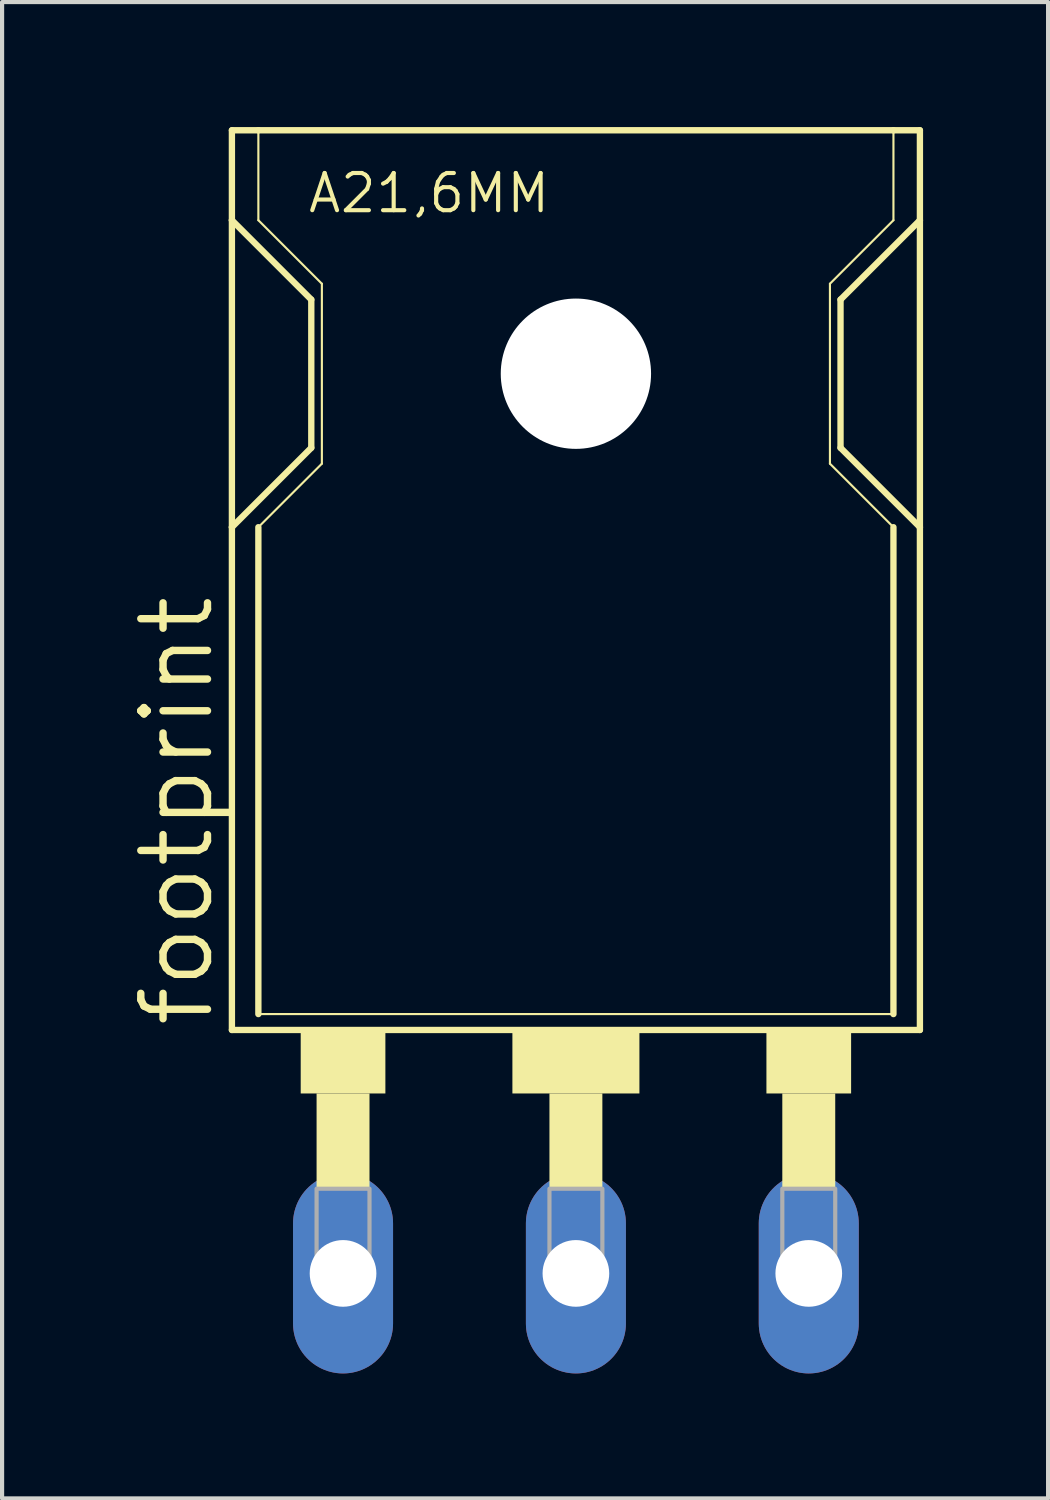
<source format=kicad_pcb>
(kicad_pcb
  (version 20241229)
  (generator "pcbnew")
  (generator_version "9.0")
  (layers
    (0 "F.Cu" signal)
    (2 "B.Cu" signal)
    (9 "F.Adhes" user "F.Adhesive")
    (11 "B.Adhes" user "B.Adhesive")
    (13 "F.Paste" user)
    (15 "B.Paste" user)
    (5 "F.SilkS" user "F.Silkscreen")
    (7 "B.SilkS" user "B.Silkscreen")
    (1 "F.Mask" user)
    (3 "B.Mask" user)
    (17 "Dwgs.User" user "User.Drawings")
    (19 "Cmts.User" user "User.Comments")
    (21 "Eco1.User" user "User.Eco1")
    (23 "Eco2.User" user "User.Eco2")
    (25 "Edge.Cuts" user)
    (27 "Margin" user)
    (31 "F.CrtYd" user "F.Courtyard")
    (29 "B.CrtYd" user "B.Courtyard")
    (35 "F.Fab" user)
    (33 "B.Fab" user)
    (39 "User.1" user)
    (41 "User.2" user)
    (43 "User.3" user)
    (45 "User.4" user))
  (footprint "footprint"
    (layer "F.Cu")
    (at 10.77 19.888)
    (property "Reference" "footprint" (at -8.636 1.778 90) (layer "F.SilkS") (effects (font (size 1.6 1.6) (thickness 0.178)) (justify left bottom)))
    (fp_line (start -8.255 -17.653) (end -8.255 -19.812) (stroke (width 0.152) (type solid)) (layer "F.SilkS"))
    (fp_line (start -8.255 -17.653) (end -6.35 -15.748) (stroke (width 0.152) (type solid)) (layer "F.SilkS"))
    (fp_line (start -8.255 -10.287) (end -8.255 -17.653) (stroke (width 0.152) (type solid)) (layer "F.SilkS"))
    (fp_line (start -8.255 -10.287) (end -6.35 -12.192) (stroke (width 0.152) (type solid)) (layer "F.SilkS"))
    (fp_line (start -8.255 1.778) (end -8.255 -10.287) (stroke (width 0.152) (type solid)) (layer "F.SilkS"))
    (fp_line (start -8.255 1.778) (end 8.255 1.778) (stroke (width 0.152) (type solid)) (layer "F.SilkS"))
    (fp_line (start -7.62 -19.812) (end -8.255 -19.812) (stroke (width 0.152) (type solid)) (layer "F.SilkS"))
    (fp_line (start -7.62 -19.812) (end -7.62 -17.653) (stroke (width 0.051) (type solid)) (layer "F.SilkS"))
    (fp_line (start -7.62 -10.287) (end -7.62 1.397) (stroke (width 0.152) (type solid)) (layer "F.SilkS"))
    (fp_line (start -7.62 -10.287) (end -6.096 -11.811) (stroke (width 0.051) (type solid)) (layer "F.SilkS"))
    (fp_line (start -7.62 1.397) (end 7.62 1.397) (stroke (width 0.051) (type solid)) (layer "F.SilkS"))
    (fp_line (start -6.35 -12.192) (end -6.35 -15.748) (stroke (width 0.152) (type solid)) (layer "F.SilkS"))
    (fp_line (start -6.096 -16.129) (end -7.62 -17.653) (stroke (width 0.051) (type solid)) (layer "F.SilkS"))
    (fp_line (start -6.096 -16.129) (end -6.096 -11.811) (stroke (width 0.051) (type solid)) (layer "F.SilkS"))
    (fp_line (start 6.096 -16.129) (end 6.096 -11.811) (stroke (width 0.051) (type solid)) (layer "F.SilkS"))
    (fp_line (start 6.35 -15.748) (end 8.255 -17.653) (stroke (width 0.152) (type solid)) (layer "F.SilkS"))
    (fp_line (start 6.35 -12.192) (end 6.35 -15.748) (stroke (width 0.152) (type solid)) (layer "F.SilkS"))
    (fp_line (start 7.62 -19.812) (end -7.62 -19.812) (stroke (width 0.152) (type solid)) (layer "F.SilkS"))
    (fp_line (start 7.62 -19.812) (end 7.62 -17.653) (stroke (width 0.051) (type solid)) (layer "F.SilkS"))
    (fp_line (start 7.62 -17.653) (end 6.096 -16.129) (stroke (width 0.051) (type solid)) (layer "F.SilkS"))
    (fp_line (start 7.62 -10.287) (end 6.096 -11.811) (stroke (width 0.051) (type solid)) (layer "F.SilkS"))
    (fp_line (start 7.62 -10.287) (end 7.62 1.397) (stroke (width 0.152) (type solid)) (layer "F.SilkS"))
    (fp_line (start 8.255 -19.812) (end 7.62 -19.812) (stroke (width 0.152) (type solid)) (layer "F.SilkS"))
    (fp_line (start 8.255 -19.812) (end 8.255 -17.653) (stroke (width 0.152) (type solid)) (layer "F.SilkS"))
    (fp_line (start 8.255 -17.653) (end 8.255 -10.287) (stroke (width 0.152) (type solid)) (layer "F.SilkS"))
    (fp_line (start 8.255 -10.287) (end 6.35 -12.192) (stroke (width 0.152) (type solid)) (layer "F.SilkS"))
    (fp_line (start 8.255 -10.287) (end 8.255 1.778) (stroke (width 0.152) (type solid)) (layer "F.SilkS"))
    (fp_circle (center 0 -13.97) (end 1.651 -13.97) (stroke (width 0.152) (type solid)) (fill no) (layer "F.SilkS"))
    (fp_poly (pts (xy -6.604 3.302) (xy -4.572 3.302) (xy -4.572 1.778) (xy -6.604 1.778)) (stroke (width 0) (type solid)) (fill yes) (layer "F.SilkS"))
    (fp_poly (pts (xy -6.223 5.588) (xy -4.953 5.588) (xy -4.953 3.302) (xy -6.223 3.302)) (stroke (width 0) (type solid)) (fill yes) (layer "F.SilkS"))
    (fp_poly (pts (xy -1.524 3.302) (xy 1.524 3.302) (xy 1.524 1.778) (xy -1.524 1.778)) (stroke (width 0) (type solid)) (fill yes) (layer "F.SilkS"))
    (fp_poly (pts (xy -0.635 5.588) (xy 0.635 5.588) (xy 0.635 3.302) (xy -0.635 3.302)) (stroke (width 0) (type solid)) (fill yes) (layer "F.SilkS"))
    (fp_poly (pts (xy 4.572 3.302) (xy 6.604 3.302) (xy 6.604 1.778) (xy 4.572 1.778)) (stroke (width 0) (type solid)) (fill yes) (layer "F.SilkS"))
    (fp_poly (pts (xy 4.953 5.588) (xy 6.223 5.588) (xy 6.223 3.302) (xy 4.953 3.302)) (stroke (width 0) (type solid)) (fill yes) (layer "F.SilkS"))
    (fp_poly (pts (xy -6.223 7.493) (xy -4.953 7.493) (xy -4.953 5.588) (xy -6.223 5.588)) (stroke (width 0.1) (type solid)) (fill no) (layer "F.Fab"))
    (fp_poly (pts (xy -0.635 7.493) (xy 0.635 7.493) (xy 0.635 5.588) (xy -0.635 5.588)) (stroke (width 0.1) (type solid)) (fill no) (layer "F.Fab"))
    (fp_poly (pts (xy 4.953 7.493) (xy 6.223 7.493) (xy 6.223 5.588) (xy 4.953 5.588)) (stroke (width 0.1) (type solid)) (fill no) (layer "F.Fab"))
    (fp_text user "A21,6MM" (at -6.477 -17.78 0) (layer "F.SilkS") (effects (font (size 0.892 0.892) (thickness 0.099)) (justify left bottom)))
    (pad "" np_thru_hole circle (at 0 -13.97) (size 3.607 3.607) (drill 3.607) (layers "*.Cu" "*.Mask"))
    (pad "1" thru_hole oval (at -5.588 7.62 90) (size 4.801 2.4) (drill 1.6) (layers "*.Cu" "*.Mask"))
    (pad "2" thru_hole oval (at 0 7.62 90) (size 4.801 2.4) (drill 1.6) (layers "*.Cu" "*.Mask"))
    (pad "3" thru_hole oval (at 5.588 7.62 90) (size 4.801 2.4) (drill 1.6) (layers "*.Cu" "*.Mask"))
    (zone (net_name "") (layers "F.Cu" "B.Cu") (hatch edge 0.508) (connect_pads) (min_thickness 0.254) (filled_areas_thickness no) (keepout (tracks allowed) (vias not_allowed) (pads allowed) (copperpour allowed) (footprints allowed)) (placement (enabled no)) (fill) (polygon (pts (xy 14.58 5.918) (xy 14.522 5.257) (xy 14.35 4.615) (xy 14.069 4.013) (xy 13.688 3.469) (xy 13.219 3) (xy 12.675 2.619) (xy 12.073 2.338) (xy 11.431 2.166) (xy 10.77 2.108) (xy 10.108 2.166) (xy 9.467 2.338) (xy 8.865 2.619) (xy 8.321 3) (xy 7.851 3.469) (xy 7.47 4.013) (xy 7.189 4.615) (xy 7.017 5.257) (xy 6.96 5.918) (xy 7.017 6.58) (xy 7.189 7.221) (xy 7.47 7.823) (xy 7.851 8.367) (xy 8.321 8.837) (xy 8.865 9.218) (xy 9.467 9.498) (xy 10.108 9.67) (xy 10.77 9.728) (xy 11.431 9.67) (xy 12.073 9.498) (xy 12.675 9.218) (xy 13.219 8.837) (xy 13.688 8.367) (xy 14.069 7.823) (xy 14.35 7.221) (xy 14.522 6.58))))
    (zone (net_name "") (layer "B.Cu") (hatch edge 0.508) (connect_pads) (min_thickness 0.254) (filled_areas_thickness no) (keepout (tracks not_allowed) (vias not_allowed) (pads not_allowed) (copperpour not_allowed) (footprints allowed)) (placement (enabled no)) (fill) (polygon (pts (xy 14.58 5.918) (xy 14.522 5.257) (xy 14.35 4.615) (xy 14.069 4.013) (xy 13.688 3.469) (xy 13.219 3) (xy 12.675 2.619) (xy 12.073 2.338) (xy 11.431 2.166) (xy 10.77 2.108) (xy 10.108 2.166) (xy 9.467 2.338) (xy 8.865 2.619) (xy 8.321 3) (xy 7.851 3.469) (xy 7.47 4.013) (xy 7.189 4.615) (xy 7.017 5.257) (xy 6.96 5.918) (xy 7.017 6.58) (xy 7.189 7.221) (xy 7.47 7.823) (xy 7.851 8.367) (xy 8.321 8.837) (xy 8.865 9.218) (xy 9.467 9.498) (xy 10.108 9.67) (xy 10.77 9.728) (xy 11.431 9.67) (xy 12.073 9.498) (xy 12.675 9.218) (xy 13.219 8.837) (xy 13.688 8.367) (xy 14.069 7.823) (xy 14.35 7.221) (xy 14.522 6.58)))))
  (gr_rect
    (start -3 -3)
    (end 22.101 32.908)
    (stroke (width 0.1) (type default))
    (fill no)
    (layer "Edge.Cuts")))
</source>
